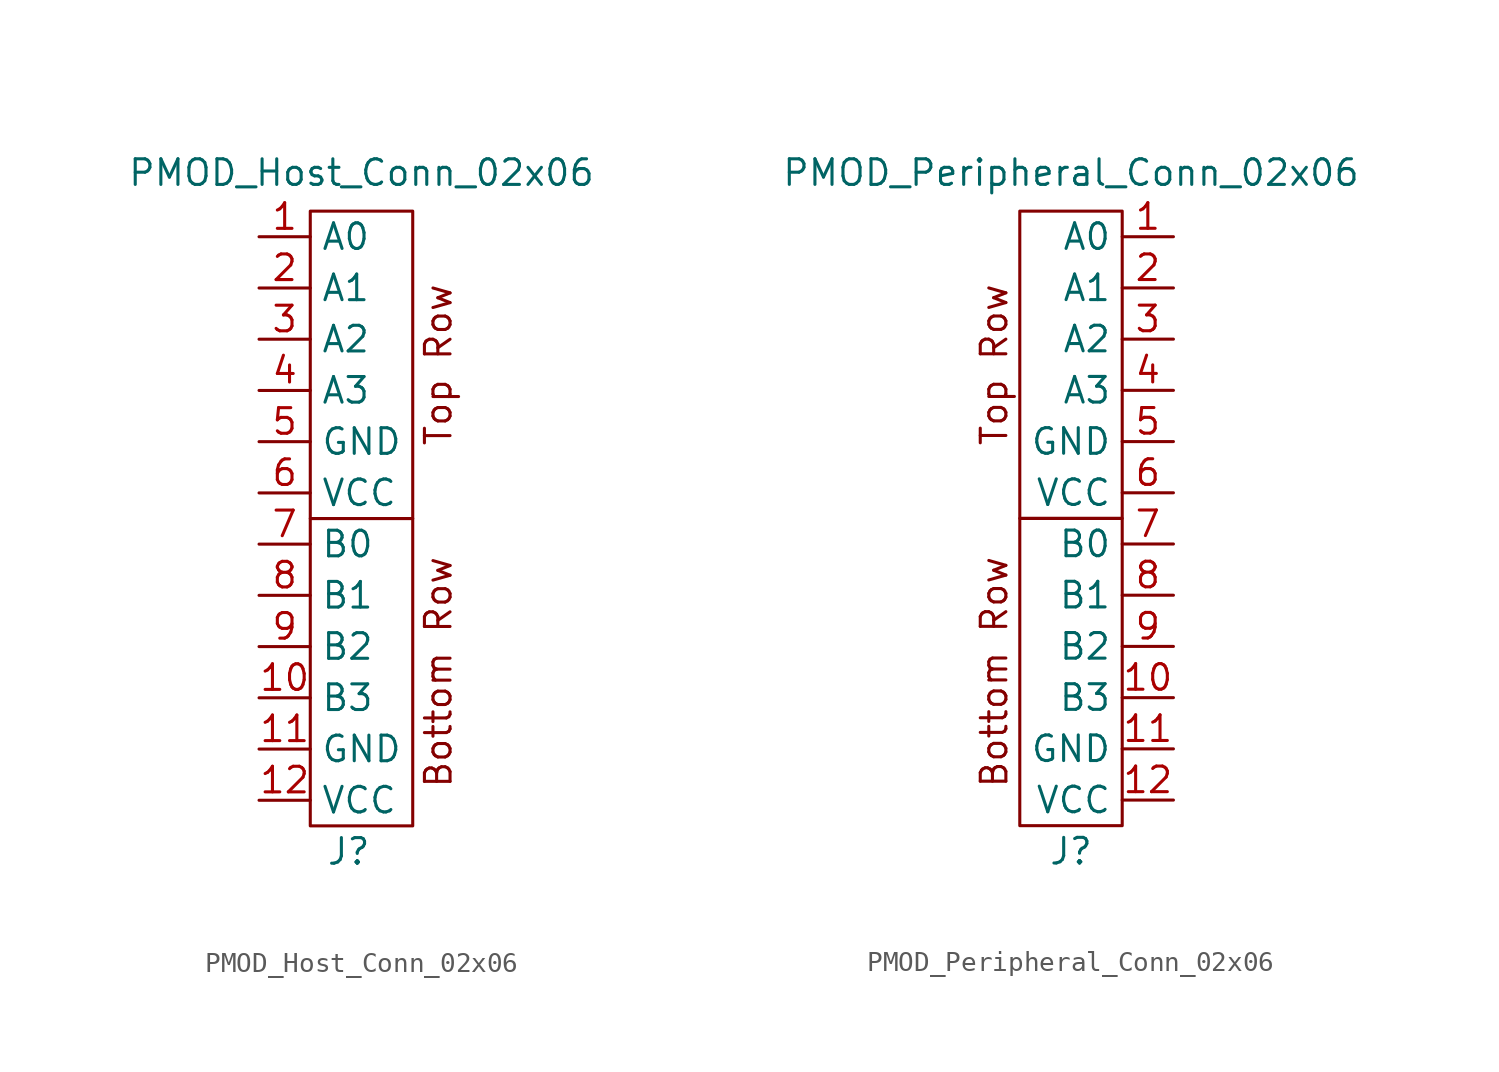
<source format=kicad_sym>
(kicad_symbol_lib
  (version 20211014)
  (generator kicad_symbol_editor)
  (symbol "PMOD_Host_Conn_02x06"
    (property "Reference" "J"
      (at -0.635 -16.51 0)
      (effects (font (size 1.27 1.27))))
    (property "Value" "PMOD_Host_Conn_02x06"
      (at 0 17.145 0)
      (effects (font (size 1.27 1.27))))
    (symbol "PMOD_Host_Conn_02x06_0_0"
      (text "Bottom Row" (at 3.81 -7.62 900) (effects (font (size 1.27 1.27))))
      (text "Top Row" (at 3.81 7.62 900) (effects (font (size 1.27 1.27)))))
    (symbol "PMOD_Host_Conn_02x06_0_1"
      (rectangle (start -2.54 -15.24) (end 2.54 0) (stroke (width 0) (type default) (color 0 0 0 0)) (fill (type none)))
      (rectangle (start -2.54 0) (end 2.54 15.24) (stroke (width 0) (type default) (color 0 0 0 0)) (fill (type none))))
    (symbol "PMOD_Host_Conn_02x06_1_1"
      (pin bidirectional line (at -5.08 13.97 0) (length 2.54) (name "A0" (effects (font (size 1.27 1.27)))) (number "1" (effects (font (size 1.27 1.27)))))
      (pin bidirectional line (at -5.08 -8.89 0) (length 2.54) (name "B3" (effects (font (size 1.27 1.27)))) (number "10" (effects (font (size 1.27 1.27)))))
      (pin power_out line (at -5.08 -11.43 0) (length 2.54) (name "GND" (effects (font (size 1.27 1.27)))) (number "11" (effects (font (size 1.27 1.27)))))
      (pin power_out line (at -5.08 -13.97 0) (length 2.54) (name "VCC" (effects (font (size 1.27 1.27)))) (number "12" (effects (font (size 1.27 1.27)))))
      (pin bidirectional line (at -5.08 11.43 0) (length 2.54) (name "A1" (effects (font (size 1.27 1.27)))) (number "2" (effects (font (size 1.27 1.27)))))
      (pin bidirectional line (at -5.08 8.89 0) (length 2.54) (name "A2" (effects (font (size 1.27 1.27)))) (number "3" (effects (font (size 1.27 1.27)))))
      (pin bidirectional line (at -5.08 6.35 0) (length 2.54) (name "A3" (effects (font (size 1.27 1.27)))) (number "4" (effects (font (size 1.27 1.27)))))
      (pin power_out line (at -5.08 3.81 0) (length 2.54) (name "GND" (effects (font (size 1.27 1.27)))) (number "5" (effects (font (size 1.27 1.27)))))
      (pin power_out line (at -5.08 1.27 0) (length 2.54) (name "VCC" (effects (font (size 1.27 1.27)))) (number "6" (effects (font (size 1.27 1.27)))))
      (pin bidirectional line (at -5.08 -1.27 0) (length 2.54) (name "B0" (effects (font (size 1.27 1.27)))) (number "7" (effects (font (size 1.27 1.27)))))
      (pin bidirectional line (at -5.08 -3.81 0) (length 2.54) (name "B1" (effects (font (size 1.27 1.27)))) (number "8" (effects (font (size 1.27 1.27)))))
      (pin bidirectional line (at -5.08 -6.35 0) (length 2.54) (name "B2" (effects (font (size 1.27 1.27)))) (number "9" (effects (font (size 1.27 1.27)))))))
  (symbol "PMOD_Peripheral_Conn_02x06"
    (property "Reference" "J"
      (at 0 -16.51 0)
      (effects (font (size 1.27 1.27))))
    (property "Value" "PMOD_Peripheral_Conn_02x06"
      (at 0 17.145 0)
      (effects (font (size 1.27 1.27))))
    (symbol "PMOD_Peripheral_Conn_02x06_0_0"
      (text "Bottom Row" (at -3.81 -7.62 900) (effects (font (size 1.27 1.27))))
      (text "Top Row" (at -3.81 7.62 900) (effects (font (size 1.27 1.27)))))
    (symbol "PMOD_Peripheral_Conn_02x06_0_1"
      (rectangle (start -2.54 0) (end 2.54 -15.24) (stroke (width 0) (type default) (color 0 0 0 0)) (fill (type none)))
      (rectangle (start -2.54 15.24) (end 2.54 0) (stroke (width 0) (type default) (color 0 0 0 0)) (fill (type none))))
    (symbol "PMOD_Peripheral_Conn_02x06_1_1"
      (pin bidirectional line (at 5.08 13.97 180) (length 2.54) (name "A0" (effects (font (size 1.27 1.27)))) (number "1" (effects (font (size 1.27 1.27)))))
      (pin bidirectional line (at 5.08 -8.89 180) (length 2.54) (name "B3" (effects (font (size 1.27 1.27)))) (number "10" (effects (font (size 1.27 1.27)))))
      (pin power_in line (at 5.08 -11.43 180) (length 2.54) (name "GND" (effects (font (size 1.27 1.27)))) (number "11" (effects (font (size 1.27 1.27)))))
      (pin power_in line (at 5.08 -13.97 180) (length 2.54) (name "VCC" (effects (font (size 1.27 1.27)))) (number "12" (effects (font (size 1.27 1.27)))))
      (pin bidirectional line (at 5.08 11.43 180) (length 2.54) (name "A1" (effects (font (size 1.27 1.27)))) (number "2" (effects (font (size 1.27 1.27)))))
      (pin bidirectional line (at 5.08 8.89 180) (length 2.54) (name "A2" (effects (font (size 1.27 1.27)))) (number "3" (effects (font (size 1.27 1.27)))))
      (pin bidirectional line (at 5.08 6.35 180) (length 2.54) (name "A3" (effects (font (size 1.27 1.27)))) (number "4" (effects (font (size 1.27 1.27)))))
      (pin power_in line (at 5.08 3.81 180) (length 2.54) (name "GND" (effects (font (size 1.27 1.27)))) (number "5" (effects (font (size 1.27 1.27)))))
      (pin power_in line (at 5.08 1.27 180) (length 2.54) (name "VCC" (effects (font (size 1.27 1.27)))) (number "6" (effects (font (size 1.27 1.27)))))
      (pin bidirectional line (at 5.08 -1.27 180) (length 2.54) (name "B0" (effects (font (size 1.27 1.27)))) (number "7" (effects (font (size 1.27 1.27)))))
      (pin bidirectional line (at 5.08 -3.81 180) (length 2.54) (name "B1" (effects (font (size 1.27 1.27)))) (number "8" (effects (font (size 1.27 1.27)))))
      (pin bidirectional line (at 5.08 -6.35 180) (length 2.54) (name "B2" (effects (font (size 1.27 1.27)))) (number "9" (effects (font (size 1.27 1.27))))))))
</source>
